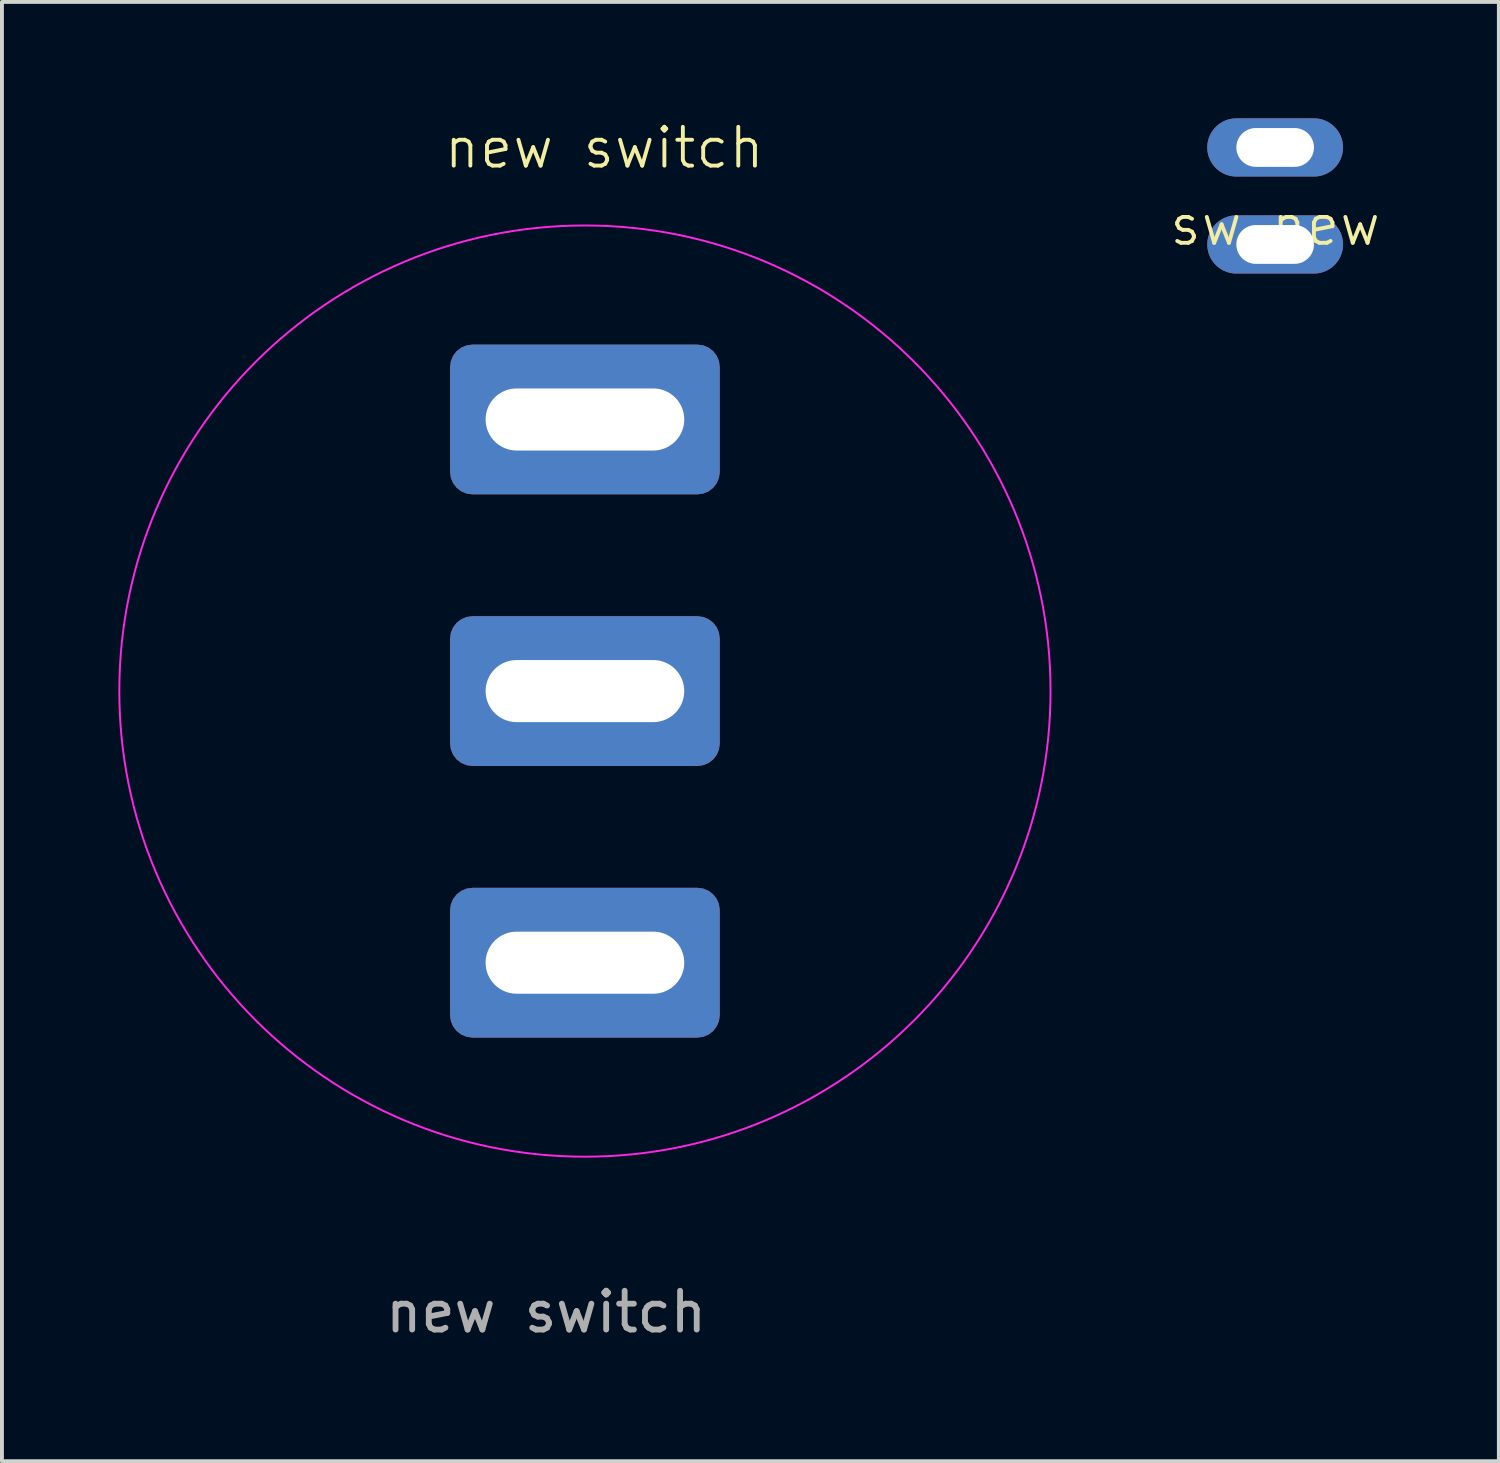
<source format=kicad_pcb>
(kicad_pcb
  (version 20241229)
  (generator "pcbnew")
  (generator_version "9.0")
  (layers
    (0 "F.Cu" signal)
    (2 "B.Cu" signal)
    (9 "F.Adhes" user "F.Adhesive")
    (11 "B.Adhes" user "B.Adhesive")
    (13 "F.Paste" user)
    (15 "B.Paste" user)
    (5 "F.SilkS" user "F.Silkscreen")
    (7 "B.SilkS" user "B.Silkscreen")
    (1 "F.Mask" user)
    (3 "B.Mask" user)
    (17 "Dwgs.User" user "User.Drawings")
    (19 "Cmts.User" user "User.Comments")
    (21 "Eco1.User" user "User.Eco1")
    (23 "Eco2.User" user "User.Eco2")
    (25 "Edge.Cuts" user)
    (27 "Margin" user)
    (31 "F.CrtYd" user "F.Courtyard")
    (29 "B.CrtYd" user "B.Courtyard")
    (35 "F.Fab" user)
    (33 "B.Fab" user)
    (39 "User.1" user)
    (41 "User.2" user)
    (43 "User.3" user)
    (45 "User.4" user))
  (footprint "sw new"
    (layer "F.Cu")
    (at 29.814 3.25)
    (property "Reference" "sw new" (at 0 -0.5 0) (unlocked yes) (layer "F.SilkS") (effects (font (size 1 1) (thickness 0.1))))
    (attr smd)
    (pad "2" thru_hole oval (at 0 -2.5) (size 3.5 1.5) (drill oval 2 1) (layers "*.Cu" "*.Mask"))
    (pad "2" thru_hole oval (at 0 0) (size 3.5 1.5) (drill oval 2 1) (layers "*.Cu" "*.Mask")))
  (footprint "new switch"
    (layer "F.Cu")
    (at 12.025 14.761)
    (property "Reference" "new switch" (at 0.5 -14 0) (unlocked yes) (layer "F.SilkS") (effects (font (size 1 1) (thickness 0.1))))
    (attr smd)
    (fp_circle (center 0 0) (end 12 0) (stroke (width 0.05) (type solid)) (fill no) (layer "F.CrtYd"))
    (fp_text user "${REFERENCE}" (at -1 16 0) (unlocked yes) (layer "F.Fab") (effects (font (size 1 1) (thickness 0.15))))
    (pad "1" thru_hole roundrect (at 0 7) (size 6.95 3.86) (drill oval 5.12 1.6) (layers "*.Cu" "*.Mask") (roundrect_rratio 0.15))
    (pad "2" thru_hole roundrect (at 0 0) (size 6.95 3.86) (drill oval 5.12 1.6) (layers "*.Cu" "*.Mask") (roundrect_rratio 0.15))
    (pad "3" thru_hole roundrect (at 0 -7) (size 6.95 3.86) (drill oval 5.12 1.6) (layers "*.Cu" "*.Mask") (roundrect_rratio 0.15)))
  (gr_rect
    (start -3 -3)
    (end 35.579 34.609)
    (stroke (width 0.1) (type default))
    (fill no)
    (layer "Edge.Cuts")))
</source>
